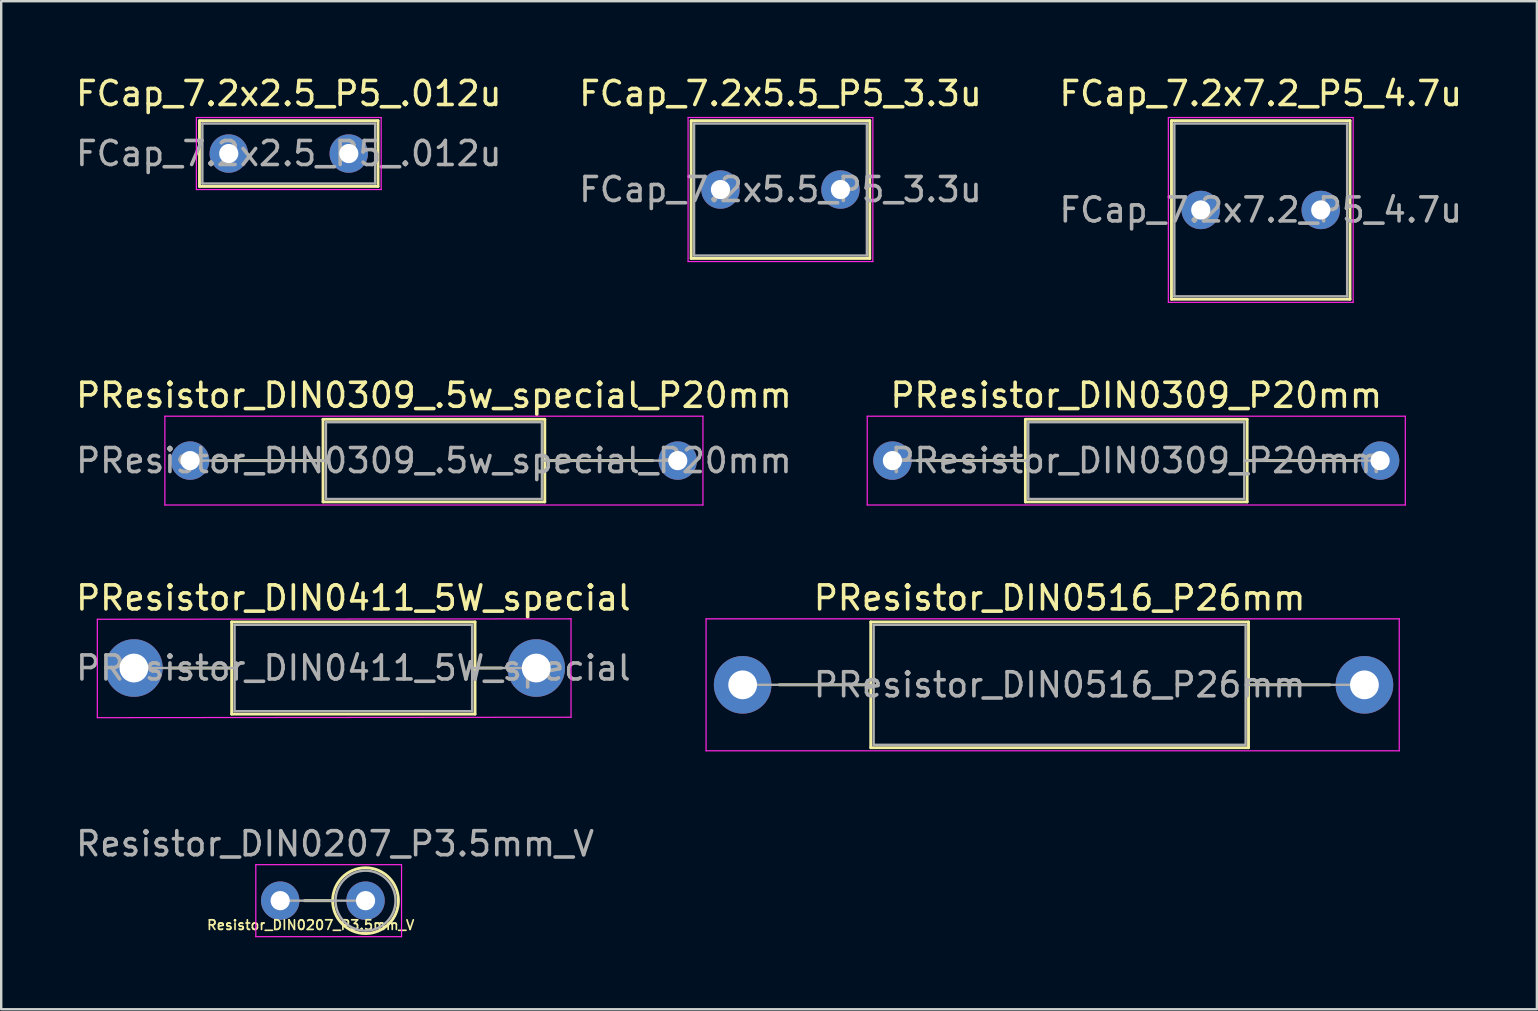
<source format=kicad_pcb>
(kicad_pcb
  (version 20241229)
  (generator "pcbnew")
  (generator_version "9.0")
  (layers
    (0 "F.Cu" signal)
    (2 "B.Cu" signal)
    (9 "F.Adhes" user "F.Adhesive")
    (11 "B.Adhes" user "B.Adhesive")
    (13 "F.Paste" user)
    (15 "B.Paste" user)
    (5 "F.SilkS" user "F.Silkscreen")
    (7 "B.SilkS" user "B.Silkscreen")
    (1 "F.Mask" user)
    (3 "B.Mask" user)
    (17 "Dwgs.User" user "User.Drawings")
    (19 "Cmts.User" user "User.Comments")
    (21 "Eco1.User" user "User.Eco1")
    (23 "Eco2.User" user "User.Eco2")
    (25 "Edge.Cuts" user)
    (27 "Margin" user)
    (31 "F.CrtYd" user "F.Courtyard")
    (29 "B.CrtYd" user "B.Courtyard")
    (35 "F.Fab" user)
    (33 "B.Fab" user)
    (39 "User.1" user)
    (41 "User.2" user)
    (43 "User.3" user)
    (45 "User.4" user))
  (footprint "PResistor_DIN0309_.5w_special_P20mm"
    (layer "F.Cu")
    (at 4.87 16.142)
    (property "Reference" "PResistor_DIN0309_.5w_special_P20mm" (at 10.16 -2.72 0) (layer "F.SilkS") (effects (font (size 1 1) (thickness 0.15))))
    (attr through_hole)
    (fp_line (start 1.04 0) (end 5.54 0) (stroke (width 0.12) (type solid)) (layer "F.SilkS"))
    (fp_line (start 5.54 -1.72) (end 5.54 1.72) (stroke (width 0.12) (type solid)) (layer "F.SilkS"))
    (fp_line (start 5.54 1.72) (end 14.78 1.72) (stroke (width 0.12) (type solid)) (layer "F.SilkS"))
    (fp_line (start 14.78 -1.72) (end 5.54 -1.72) (stroke (width 0.12) (type solid)) (layer "F.SilkS"))
    (fp_line (start 14.78 1.72) (end 14.78 -1.72) (stroke (width 0.12) (type solid)) (layer "F.SilkS"))
    (fp_line (start 19.28 0) (end 14.78 0) (stroke (width 0.12) (type solid)) (layer "F.SilkS"))
    (fp_line (start -1.05 -1.85) (end -1.05 1.85) (stroke (width 0.05) (type solid)) (layer "F.CrtYd"))
    (fp_line (start -1.05 1.85) (end 21.37 1.85) (stroke (width 0.05) (type solid)) (layer "F.CrtYd"))
    (fp_line (start 21.37 -1.85) (end -1.05 -1.85) (stroke (width 0.05) (type solid)) (layer "F.CrtYd"))
    (fp_line (start 21.37 1.85) (end 21.37 -1.85) (stroke (width 0.05) (type solid)) (layer "F.CrtYd"))
    (fp_line (start 0 0) (end 5.66 0) (stroke (width 0.1) (type solid)) (layer "F.Fab"))
    (fp_line (start 5.66 -1.6) (end 5.66 1.6) (stroke (width 0.1) (type solid)) (layer "F.Fab"))
    (fp_line (start 5.66 1.6) (end 14.66 1.6) (stroke (width 0.1) (type solid)) (layer "F.Fab"))
    (fp_line (start 14.66 -1.6) (end 5.66 -1.6) (stroke (width 0.1) (type solid)) (layer "F.Fab"))
    (fp_line (start 14.66 1.6) (end 14.66 -1.6) (stroke (width 0.1) (type solid)) (layer "F.Fab"))
    (fp_line (start 20.32 0) (end 14.66 0) (stroke (width 0.1) (type solid)) (layer "F.Fab"))
    (fp_text user "${REFERENCE}" (at 10.16 0 0) (layer "F.Fab") (effects (font (size 1 1) (thickness 0.15))))
    (pad "1" thru_hole circle (at 0 0) (size 1.6 1.6) (drill 0.8) (layers "*.Cu" "*.Mask"))
    (pad "2" thru_hole oval (at 20.32 0) (size 1.6 1.6) (drill 0.8) (layers "*.Cu" "*.Mask")))
  (footprint "PResistor_DIN0516_P26mm"
    (layer "F.Cu")
    (at 28.402 25.485)
    (property "Reference" "PResistor_DIN0516_P26mm" (at 12.7 -3.62 0) (layer "F.SilkS") (effects (font (size 1 1) (thickness 0.15))))
    (attr through_hole)
    (fp_line (start 1.016 0) (end 4.83 0) (stroke (width 0.12) (type solid)) (layer "F.SilkS"))
    (fp_line (start 4.83 -2.62) (end 4.83 2.62) (stroke (width 0.12) (type solid)) (layer "F.SilkS"))
    (fp_line (start 4.83 2.62) (end 20.57 2.62) (stroke (width 0.12) (type solid)) (layer "F.SilkS"))
    (fp_line (start 20.57 -2.62) (end 4.83 -2.62) (stroke (width 0.12) (type solid)) (layer "F.SilkS"))
    (fp_line (start 20.57 2.62) (end 20.57 -2.62) (stroke (width 0.12) (type solid)) (layer "F.SilkS"))
    (fp_line (start 23.96 0) (end 20.57 0) (stroke (width 0.12) (type solid)) (layer "F.SilkS"))
    (fp_line (start -2.032 -2.75) (end -2.032 2.75) (stroke (width 0.05) (type solid)) (layer "F.CrtYd"))
    (fp_line (start -2.032 2.75) (end 26.85 2.75) (stroke (width 0.05) (type solid)) (layer "F.CrtYd"))
    (fp_line (start 26.85 -2.75) (end -2.032 -2.75) (stroke (width 0.05) (type solid)) (layer "F.CrtYd"))
    (fp_line (start 26.85 2.75) (end 26.85 -2.75) (stroke (width 0.05) (type solid)) (layer "F.CrtYd"))
    (fp_line (start 0 0) (end 4.95 0) (stroke (width 0.1) (type solid)) (layer "F.Fab"))
    (fp_line (start 4.95 -2.5) (end 4.95 2.5) (stroke (width 0.1) (type solid)) (layer "F.Fab"))
    (fp_line (start 4.95 2.5) (end 20.45 2.5) (stroke (width 0.1) (type solid)) (layer "F.Fab"))
    (fp_line (start 20.45 -2.5) (end 4.95 -2.5) (stroke (width 0.1) (type solid)) (layer "F.Fab"))
    (fp_line (start 20.45 2.5) (end 20.45 -2.5) (stroke (width 0.1) (type solid)) (layer "F.Fab"))
    (fp_line (start 25.4 0) (end 20.45 0) (stroke (width 0.1) (type solid)) (layer "F.Fab"))
    (fp_text user "${REFERENCE}" (at 12.7 0 0) (layer "F.Fab") (effects (font (size 1 1) (thickness 0.15))))
    (pad "1" thru_hole circle (at -0.508 0) (size 2.4 2.4) (drill 1.2) (layers "*.Cu" "*.Mask"))
    (pad "2" thru_hole oval (at 25.4 0) (size 2.4 2.4) (drill 1.2) (layers "*.Cu" "*.Mask")))
  (footprint "PResistor_DIN0309_P20mm"
    (layer "F.Cu")
    (at 34.135 16.142)
    (property "Reference" "PResistor_DIN0309_P20mm" (at 10.16 -2.72 0) (layer "F.SilkS") (effects (font (size 1 1) (thickness 0.15))))
    (attr through_hole)
    (fp_line (start 1.04 0) (end 5.54 0) (stroke (width 0.12) (type solid)) (layer "F.SilkS"))
    (fp_line (start 5.54 -1.72) (end 5.54 1.72) (stroke (width 0.12) (type solid)) (layer "F.SilkS"))
    (fp_line (start 5.54 1.72) (end 14.78 1.72) (stroke (width 0.12) (type solid)) (layer "F.SilkS"))
    (fp_line (start 14.78 -1.72) (end 5.54 -1.72) (stroke (width 0.12) (type solid)) (layer "F.SilkS"))
    (fp_line (start 14.78 1.72) (end 14.78 -1.72) (stroke (width 0.12) (type solid)) (layer "F.SilkS"))
    (fp_line (start 19.28 0) (end 14.78 0) (stroke (width 0.12) (type solid)) (layer "F.SilkS"))
    (fp_line (start -1.05 -1.85) (end -1.05 1.85) (stroke (width 0.05) (type solid)) (layer "F.CrtYd"))
    (fp_line (start -1.05 1.85) (end 21.37 1.85) (stroke (width 0.05) (type solid)) (layer "F.CrtYd"))
    (fp_line (start 21.37 -1.85) (end -1.05 -1.85) (stroke (width 0.05) (type solid)) (layer "F.CrtYd"))
    (fp_line (start 21.37 1.85) (end 21.37 -1.85) (stroke (width 0.05) (type solid)) (layer "F.CrtYd"))
    (fp_line (start 0 0) (end 5.66 0) (stroke (width 0.1) (type solid)) (layer "F.Fab"))
    (fp_line (start 5.66 -1.6) (end 5.66 1.6) (stroke (width 0.1) (type solid)) (layer "F.Fab"))
    (fp_line (start 5.66 1.6) (end 14.66 1.6) (stroke (width 0.1) (type solid)) (layer "F.Fab"))
    (fp_line (start 14.66 -1.6) (end 5.66 -1.6) (stroke (width 0.1) (type solid)) (layer "F.Fab"))
    (fp_line (start 14.66 1.6) (end 14.66 -1.6) (stroke (width 0.1) (type solid)) (layer "F.Fab"))
    (fp_line (start 20.32 0) (end 14.66 0) (stroke (width 0.1) (type solid)) (layer "F.Fab"))
    (fp_text user "${REFERENCE}" (at 10.16 0 0) (layer "F.Fab") (effects (font (size 1 1) (thickness 0.15))))
    (pad "1" thru_hole circle (at 0 0) (size 1.6 1.6) (drill 0.8) (layers "*.Cu" "*.Mask"))
    (pad "2" thru_hole oval (at 20.32 0) (size 1.6 1.6) (drill 0.8) (layers "*.Cu" "*.Mask")))
  (footprint "PResistor_DIN0411_5W_special"
    (layer "F.Cu")
    (at 4.053 24.785)
    (property "Reference" "PResistor_DIN0411_5W_special" (at 7.62 -2.92 0) (layer "F.SilkS") (effects (font (size 1 1) (thickness 0.15))))
    (attr through_hole)
    (fp_line (start 0 0) (end 2.55 0) (stroke (width 0.12) (type solid)) (layer "F.SilkS"))
    (fp_line (start 2.55 -1.92) (end 2.55 1.92) (stroke (width 0.12) (type solid)) (layer "F.SilkS"))
    (fp_line (start 2.55 1.92) (end 12.69 1.92) (stroke (width 0.12) (type solid)) (layer "F.SilkS"))
    (fp_line (start 12.69 -1.92) (end 2.55 -1.92) (stroke (width 0.12) (type solid)) (layer "F.SilkS"))
    (fp_line (start 12.69 1.92) (end 12.69 -1.92) (stroke (width 0.12) (type solid)) (layer "F.SilkS"))
    (fp_line (start 13.8 0) (end 12.69 0) (stroke (width 0.12) (type solid)) (layer "F.SilkS"))
    (fp_line (start -3.048 -2.032) (end -3.048 2.068) (stroke (width 0.05) (type solid)) (layer "F.CrtYd"))
    (fp_line (start -3.048 2.068) (end 16.69 2.05) (stroke (width 0.05) (type solid)) (layer "F.CrtYd"))
    (fp_line (start 16.69 -2.05) (end -3.048 -2.032) (stroke (width 0.05) (type solid)) (layer "F.CrtYd"))
    (fp_line (start 16.69 2.05) (end 16.69 -2.05) (stroke (width 0.05) (type solid)) (layer "F.CrtYd"))
    (fp_line (start -1.524 0) (end 2.67 0) (stroke (width 0.1) (type solid)) (layer "F.Fab"))
    (fp_line (start 2.67 -1.8) (end 2.67 1.8) (stroke (width 0.1) (type solid)) (layer "F.Fab"))
    (fp_line (start 2.67 1.8) (end 12.57 1.8) (stroke (width 0.1) (type solid)) (layer "F.Fab"))
    (fp_line (start 12.57 -1.8) (end 2.67 -1.8) (stroke (width 0.1) (type solid)) (layer "F.Fab"))
    (fp_line (start 12.57 1.8) (end 12.57 -1.8) (stroke (width 0.1) (type solid)) (layer "F.Fab"))
    (fp_line (start 15.24 0) (end 12.57 0) (stroke (width 0.1) (type solid)) (layer "F.Fab"))
    (fp_text user "${REFERENCE}" (at 7.62 0 0) (layer "F.Fab") (effects (font (size 1 1) (thickness 0.15))))
    (pad "1" thru_hole circle (at -1.524 0) (size 2.4 2.4) (drill 1.2) (layers "*.Cu" "*.Mask"))
    (pad "2" thru_hole oval (at 15.24 0) (size 2.4 2.4) (drill 1.2) (layers "*.Cu" "*.Mask")))
  (footprint "Resistor_DIN0207_P3.5mm_V"
    (layer "F.Cu")
    (at 11.165 34.478)
    (property "Reference" "Resistor_DIN0207_P3.5mm_V" (at -1.27 1.016 0) (layer "F.SilkS") (effects (font (size 0.4 0.4) (thickness 0.07))))
    (attr through_hole)
    (fp_line (start -0.354 0) (end -1.524 0) (stroke (width 0.12) (type solid)) (layer "F.SilkS"))
    (fp_circle (center 1.016 0) (end -0.354 0) (stroke (width 0.12) (type solid)) (fill no) (layer "F.SilkS"))
    (fp_line (start -3.556 -1.5) (end 2.516 -1.5) (stroke (width 0.05) (type solid)) (layer "F.CrtYd"))
    (fp_line (start -3.556 1.5) (end -3.556 -1.5) (stroke (width 0.05) (type solid)) (layer "F.CrtYd"))
    (fp_line (start 2.516 -1.5) (end 2.516 1.5) (stroke (width 0.05) (type solid)) (layer "F.CrtYd"))
    (fp_line (start 2.516 1.5) (end -3.556 1.5) (stroke (width 0.05) (type solid)) (layer "F.CrtYd"))
    (fp_line (start 1.016 0) (end -2.54 0) (stroke (width 0.1) (type solid)) (layer "F.Fab"))
    (fp_circle (center 1.016 0) (end -0.234 0) (stroke (width 0.1) (type solid)) (fill no) (layer "F.Fab"))
    (fp_text user "${REFERENCE}" (at -0.254 -2.37 0) (layer "F.Fab") (effects (font (size 1 1) (thickness 0.15))))
    (pad "1" thru_hole circle (at 1.016 0) (size 1.6 1.6) (drill 0.8) (layers "*.Cu" "*.Mask"))
    (pad "2" thru_hole oval (at -2.54 0) (size 1.6 1.6) (drill 0.8) (layers "*.Cu" "*.Mask")))
  (footprint "FCap_7.2x5.5_P5_3.3u"
    (layer "F.Cu")
    (at 26.97 4.848)
    (property "Reference" "FCap_7.2x5.5_P5_3.3u" (at 2.5 -4 0) (layer "F.SilkS") (effects (font (size 1 1) (thickness 0.15))))
    (attr through_hole)
    (fp_line (start -1.22 -2.87) (end -1.22 2.87) (stroke (width 0.12) (type solid)) (layer "F.SilkS"))
    (fp_line (start -1.22 -2.87) (end 6.22 -2.87) (stroke (width 0.12) (type solid)) (layer "F.SilkS"))
    (fp_line (start -1.22 2.87) (end 6.22 2.87) (stroke (width 0.12) (type solid)) (layer "F.SilkS"))
    (fp_line (start 6.22 -2.87) (end 6.22 2.87) (stroke (width 0.12) (type solid)) (layer "F.SilkS"))
    (fp_line (start -1.35 -3) (end -1.35 3) (stroke (width 0.05) (type solid)) (layer "F.CrtYd"))
    (fp_line (start -1.35 3) (end 6.35 3) (stroke (width 0.05) (type solid)) (layer "F.CrtYd"))
    (fp_line (start 6.35 -3) (end -1.35 -3) (stroke (width 0.05) (type solid)) (layer "F.CrtYd"))
    (fp_line (start 6.35 3) (end 6.35 -3) (stroke (width 0.05) (type solid)) (layer "F.CrtYd"))
    (fp_line (start -1.1 -2.75) (end -1.1 2.75) (stroke (width 0.1) (type solid)) (layer "F.Fab"))
    (fp_line (start -1.1 2.75) (end 6.1 2.75) (stroke (width 0.1) (type solid)) (layer "F.Fab"))
    (fp_line (start 6.1 -2.75) (end -1.1 -2.75) (stroke (width 0.1) (type solid)) (layer "F.Fab"))
    (fp_line (start 6.1 2.75) (end 6.1 -2.75) (stroke (width 0.1) (type solid)) (layer "F.Fab"))
    (fp_text user "${REFERENCE}" (at 2.5 0 0) (layer "F.Fab") (effects (font (size 1 1) (thickness 0.15))))
    (pad "1" thru_hole circle (at 0 0) (size 1.6 1.6) (drill 0.8) (layers "*.Cu" "*.Mask"))
    (pad "2" thru_hole circle (at 5 0) (size 1.6 1.6) (drill 0.8) (layers "*.Cu" "*.Mask")))
  (footprint "FCap_7.2x2.5_P5_.012u"
    (layer "F.Cu")
    (at 6.482 3.348)
    (property "Reference" "FCap_7.2x2.5_P5_.012u" (at 2.5 -2.5 0) (layer "F.SilkS") (effects (font (size 1 1) (thickness 0.15))))
    (attr through_hole)
    (fp_line (start -1.22 -1.37) (end -1.22 1.37) (stroke (width 0.12) (type solid)) (layer "F.SilkS"))
    (fp_line (start -1.22 -1.37) (end 6.22 -1.37) (stroke (width 0.12) (type solid)) (layer "F.SilkS"))
    (fp_line (start -1.22 1.37) (end 6.22 1.37) (stroke (width 0.12) (type solid)) (layer "F.SilkS"))
    (fp_line (start 6.22 -1.37) (end 6.22 1.37) (stroke (width 0.12) (type solid)) (layer "F.SilkS"))
    (fp_line (start -1.35 -1.5) (end -1.35 1.5) (stroke (width 0.05) (type solid)) (layer "F.CrtYd"))
    (fp_line (start -1.35 1.5) (end 6.35 1.5) (stroke (width 0.05) (type solid)) (layer "F.CrtYd"))
    (fp_line (start 6.35 -1.5) (end -1.35 -1.5) (stroke (width 0.05) (type solid)) (layer "F.CrtYd"))
    (fp_line (start 6.35 1.5) (end 6.35 -1.5) (stroke (width 0.05) (type solid)) (layer "F.CrtYd"))
    (fp_line (start -1.1 -1.25) (end -1.1 1.25) (stroke (width 0.1) (type solid)) (layer "F.Fab"))
    (fp_line (start -1.1 1.25) (end 6.1 1.25) (stroke (width 0.1) (type solid)) (layer "F.Fab"))
    (fp_line (start 6.1 -1.25) (end -1.1 -1.25) (stroke (width 0.1) (type solid)) (layer "F.Fab"))
    (fp_line (start 6.1 1.25) (end 6.1 -1.25) (stroke (width 0.1) (type solid)) (layer "F.Fab"))
    (fp_text user "${REFERENCE}" (at 2.5 0 0) (layer "F.Fab") (effects (font (size 1 1) (thickness 0.15))))
    (pad "1" thru_hole circle (at 0 0) (size 1.6 1.6) (drill 0.8) (layers "*.Cu" "*.Mask"))
    (pad "2" thru_hole circle (at 5 0) (size 1.6 1.6) (drill 0.8) (layers "*.Cu" "*.Mask")))
  (footprint "FCap_7.2x7.2_P5_4.7u"
    (layer "F.Cu")
    (at 46.982 5.698)
    (property "Reference" "FCap_7.2x7.2_P5_4.7u" (at 2.5 -4.85 0) (layer "F.SilkS") (effects (font (size 1 1) (thickness 0.15))))
    (attr through_hole)
    (fp_line (start -1.22 -3.72) (end -1.22 3.72) (stroke (width 0.12) (type solid)) (layer "F.SilkS"))
    (fp_line (start -1.22 -3.72) (end 6.22 -3.72) (stroke (width 0.12) (type solid)) (layer "F.SilkS"))
    (fp_line (start -1.22 3.72) (end 6.22 3.72) (stroke (width 0.12) (type solid)) (layer "F.SilkS"))
    (fp_line (start 6.22 -3.72) (end 6.22 3.72) (stroke (width 0.12) (type solid)) (layer "F.SilkS"))
    (fp_line (start -1.35 -3.85) (end -1.35 3.85) (stroke (width 0.05) (type solid)) (layer "F.CrtYd"))
    (fp_line (start -1.35 3.85) (end 6.35 3.85) (stroke (width 0.05) (type solid)) (layer "F.CrtYd"))
    (fp_line (start 6.35 -3.85) (end -1.35 -3.85) (stroke (width 0.05) (type solid)) (layer "F.CrtYd"))
    (fp_line (start 6.35 3.85) (end 6.35 -3.85) (stroke (width 0.05) (type solid)) (layer "F.CrtYd"))
    (fp_line (start -1.1 -3.6) (end -1.1 3.6) (stroke (width 0.1) (type solid)) (layer "F.Fab"))
    (fp_line (start -1.1 3.6) (end 6.1 3.6) (stroke (width 0.1) (type solid)) (layer "F.Fab"))
    (fp_line (start 6.1 -3.6) (end -1.1 -3.6) (stroke (width 0.1) (type solid)) (layer "F.Fab"))
    (fp_line (start 6.1 3.6) (end 6.1 -3.6) (stroke (width 0.1) (type solid)) (layer "F.Fab"))
    (fp_text user "${REFERENCE}" (at 2.5 0 0) (layer "F.Fab") (effects (font (size 1 1) (thickness 0.15))))
    (pad "1" thru_hole circle (at 0 0) (size 1.6 1.6) (drill 0.8) (layers "*.Cu" "*.Mask"))
    (pad "2" thru_hole circle (at 5 0) (size 1.6 1.6) (drill 0.8) (layers "*.Cu" "*.Mask")))
  (gr_rect
    (start -3 -3)
    (end 60.988 39.003)
    (stroke (width 0.1) (type default))
    (fill no)
    (layer "Edge.Cuts")))
</source>
